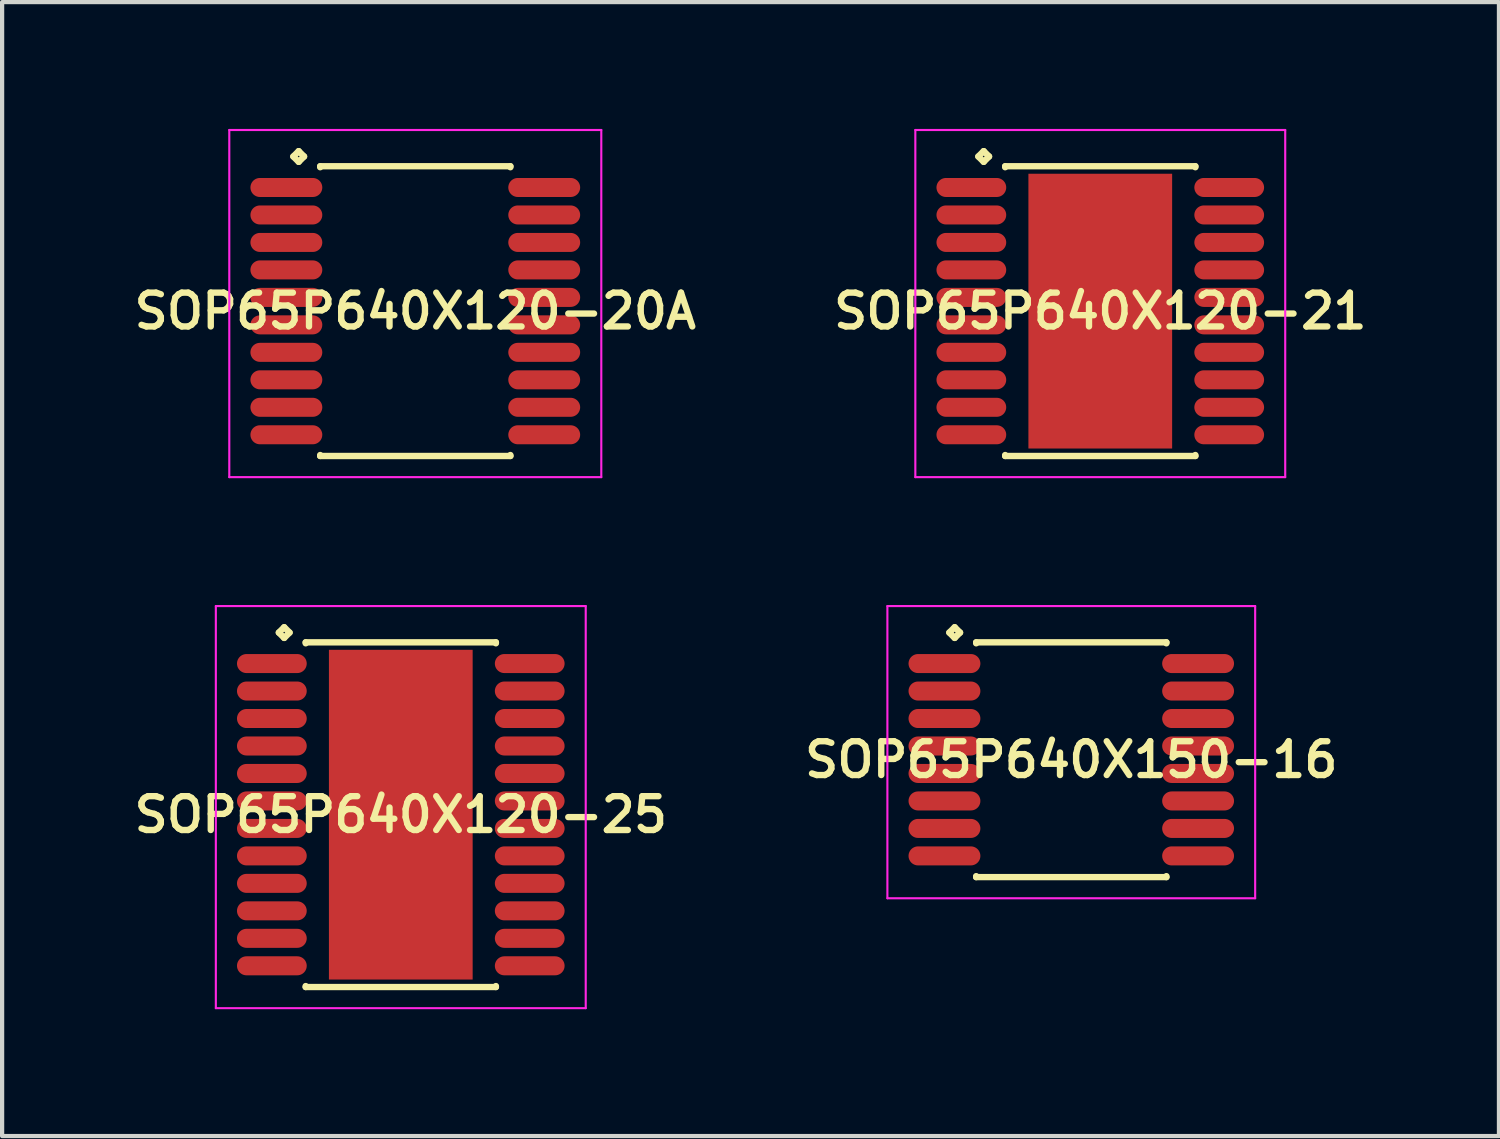
<source format=kicad_pcb>
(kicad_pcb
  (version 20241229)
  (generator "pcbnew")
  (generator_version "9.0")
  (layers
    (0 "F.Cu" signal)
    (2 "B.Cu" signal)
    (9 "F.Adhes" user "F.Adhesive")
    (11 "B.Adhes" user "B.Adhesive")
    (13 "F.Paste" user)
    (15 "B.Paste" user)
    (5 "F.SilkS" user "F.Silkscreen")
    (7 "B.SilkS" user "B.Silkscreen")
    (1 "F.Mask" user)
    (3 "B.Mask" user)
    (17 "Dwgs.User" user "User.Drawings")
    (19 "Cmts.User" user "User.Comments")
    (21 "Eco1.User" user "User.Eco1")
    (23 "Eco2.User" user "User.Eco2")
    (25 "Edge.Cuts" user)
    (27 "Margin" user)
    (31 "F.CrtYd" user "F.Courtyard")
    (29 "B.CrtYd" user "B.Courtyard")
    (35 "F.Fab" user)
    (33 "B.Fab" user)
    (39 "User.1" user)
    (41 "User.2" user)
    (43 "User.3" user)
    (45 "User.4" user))
  (footprint "SOP65P640X120-21"
    (layer "F.Cu")
    (at 22.978 4.31)
    (property "Reference" "SOP65P640X120-21" (at 0 0 0) (layer "F.SilkS") (effects (font (size 0.8 0.8) (thickness 0.15))))
    (attr smd)
    (fp_line (start -2.885 -3.658) (end -2.758 -3.785) (stroke (width 0.15) (type solid)) (layer "F.SilkS"))
    (fp_line (start -2.758 -3.785) (end -2.631 -3.658) (stroke (width 0.15) (type solid)) (layer "F.SilkS"))
    (fp_line (start -2.758 -3.531) (end -2.885 -3.658) (stroke (width 0.15) (type solid)) (layer "F.SilkS"))
    (fp_line (start -2.631 -3.658) (end -2.758 -3.531) (stroke (width 0.15) (type solid)) (layer "F.SilkS"))
    (fp_line (start -2.25 -3.427) (end 2.25 -3.427) (stroke (width 0.15) (type solid)) (layer "F.SilkS"))
    (fp_line (start -2.25 -3.404) (end -2.25 -3.427) (stroke (width 0.15) (type solid)) (layer "F.SilkS"))
    (fp_line (start -2.25 3.404) (end -2.25 3.427) (stroke (width 0.15) (type solid)) (layer "F.SilkS"))
    (fp_line (start -2.25 3.427) (end 2.25 3.427) (stroke (width 0.15) (type solid)) (layer "F.SilkS"))
    (fp_line (start 2.25 -3.427) (end 2.25 -3.404) (stroke (width 0.15) (type solid)) (layer "F.SilkS"))
    (fp_line (start 2.25 3.427) (end 2.25 3.404) (stroke (width 0.15) (type solid)) (layer "F.SilkS"))
    (fp_line (start -4.375 -4.285) (end 4.375 -4.285) (stroke (width 0.05) (type solid)) (layer "F.CrtYd"))
    (fp_line (start -4.375 3.927) (end -4.375 -4.285) (stroke (width 0.05) (type solid)) (layer "F.CrtYd"))
    (fp_line (start 4.375 -4.285) (end 4.375 3.927) (stroke (width 0.05) (type solid)) (layer "F.CrtYd"))
    (fp_line (start 4.375 3.927) (end -4.375 3.927) (stroke (width 0.05) (type solid)) (layer "F.CrtYd"))
    (pad "1" smd oval (at -3.05 -2.925) (size 1.65 0.45) (layers "F.Cu" "F.Mask" "F.Paste"))
    (pad "2" smd oval (at -3.05 -2.275) (size 1.65 0.45) (layers "F.Cu" "F.Mask" "F.Paste"))
    (pad "3" smd oval (at -3.05 -1.625) (size 1.65 0.45) (layers "F.Cu" "F.Mask" "F.Paste"))
    (pad "4" smd oval (at -3.05 -0.975) (size 1.65 0.45) (layers "F.Cu" "F.Mask" "F.Paste"))
    (pad "5" smd oval (at -3.05 -0.325) (size 1.65 0.45) (layers "F.Cu" "F.Mask" "F.Paste"))
    (pad "6" smd oval (at -3.05 0.325) (size 1.65 0.45) (layers "F.Cu" "F.Mask" "F.Paste"))
    (pad "7" smd oval (at -3.05 0.975) (size 1.65 0.45) (layers "F.Cu" "F.Mask" "F.Paste"))
    (pad "8" smd oval (at -3.05 1.625) (size 1.65 0.45) (layers "F.Cu" "F.Mask" "F.Paste"))
    (pad "9" smd oval (at -3.05 2.275) (size 1.65 0.45) (layers "F.Cu" "F.Mask" "F.Paste"))
    (pad "10" smd oval (at -3.05 2.925) (size 1.65 0.45) (layers "F.Cu" "F.Mask" "F.Paste"))
    (pad "11" smd oval (at 3.05 2.925) (size 1.65 0.45) (layers "F.Cu" "F.Mask" "F.Paste"))
    (pad "12" smd oval (at 3.05 2.275) (size 1.65 0.45) (layers "F.Cu" "F.Mask" "F.Paste"))
    (pad "13" smd oval (at 3.05 1.625) (size 1.65 0.45) (layers "F.Cu" "F.Mask" "F.Paste"))
    (pad "14" smd oval (at 3.05 0.975) (size 1.65 0.45) (layers "F.Cu" "F.Mask" "F.Paste"))
    (pad "15" smd oval (at 3.05 0.325) (size 1.65 0.45) (layers "F.Cu" "F.Mask" "F.Paste"))
    (pad "16" smd oval (at 3.05 -0.325) (size 1.65 0.45) (layers "F.Cu" "F.Mask" "F.Paste"))
    (pad "17" smd oval (at 3.05 -0.975) (size 1.65 0.45) (layers "F.Cu" "F.Mask" "F.Paste"))
    (pad "18" smd oval (at 3.05 -1.625) (size 1.65 0.45) (layers "F.Cu" "F.Mask" "F.Paste"))
    (pad "19" smd oval (at 3.05 -2.275) (size 1.65 0.45) (layers "F.Cu" "F.Mask" "F.Paste"))
    (pad "20" smd oval (at 3.05 -2.925) (size 1.65 0.45) (layers "F.Cu" "F.Mask" "F.Paste"))
    (pad "21" smd rect (at 0 0) (size 3.4 6.5) (layers "F.Cu" "F.Mask" "F.Paste")))
  (footprint "SOP65P640X120-20A"
    (layer "F.Cu")
    (at 6.774 4.31)
    (property "Reference" "SOP65P640X120-20A" (at 0 0 0) (layer "F.SilkS") (effects (font (size 0.8 0.8) (thickness 0.15))))
    (attr smd)
    (fp_line (start -2.885 -3.658) (end -2.758 -3.785) (stroke (width 0.15) (type solid)) (layer "F.SilkS"))
    (fp_line (start -2.758 -3.785) (end -2.631 -3.658) (stroke (width 0.15) (type solid)) (layer "F.SilkS"))
    (fp_line (start -2.758 -3.531) (end -2.885 -3.658) (stroke (width 0.15) (type solid)) (layer "F.SilkS"))
    (fp_line (start -2.631 -3.658) (end -2.758 -3.531) (stroke (width 0.15) (type solid)) (layer "F.SilkS"))
    (fp_line (start -2.25 -3.427) (end 2.25 -3.427) (stroke (width 0.15) (type solid)) (layer "F.SilkS"))
    (fp_line (start -2.25 -3.404) (end -2.25 -3.427) (stroke (width 0.15) (type solid)) (layer "F.SilkS"))
    (fp_line (start -2.25 3.404) (end -2.25 3.427) (stroke (width 0.15) (type solid)) (layer "F.SilkS"))
    (fp_line (start -2.25 3.427) (end 2.25 3.427) (stroke (width 0.15) (type solid)) (layer "F.SilkS"))
    (fp_line (start 2.25 -3.427) (end 2.25 -3.404) (stroke (width 0.15) (type solid)) (layer "F.SilkS"))
    (fp_line (start 2.25 3.427) (end 2.25 3.404) (stroke (width 0.15) (type solid)) (layer "F.SilkS"))
    (fp_line (start -4.4 -4.285) (end 4.4 -4.285) (stroke (width 0.05) (type solid)) (layer "F.CrtYd"))
    (fp_line (start -4.4 3.927) (end -4.4 -4.285) (stroke (width 0.05) (type solid)) (layer "F.CrtYd"))
    (fp_line (start 4.4 -4.285) (end 4.4 3.927) (stroke (width 0.05) (type solid)) (layer "F.CrtYd"))
    (fp_line (start 4.4 3.927) (end -4.4 3.927) (stroke (width 0.05) (type solid)) (layer "F.CrtYd"))
    (pad "1" smd oval (at -3.05 -2.925) (size 1.7 0.45) (layers "F.Cu" "F.Mask" "F.Paste"))
    (pad "2" smd oval (at -3.05 -2.275) (size 1.7 0.45) (layers "F.Cu" "F.Mask" "F.Paste"))
    (pad "3" smd oval (at -3.05 -1.625) (size 1.7 0.45) (layers "F.Cu" "F.Mask" "F.Paste"))
    (pad "4" smd oval (at -3.05 -0.975) (size 1.7 0.45) (layers "F.Cu" "F.Mask" "F.Paste"))
    (pad "5" smd oval (at -3.05 -0.325) (size 1.7 0.45) (layers "F.Cu" "F.Mask" "F.Paste"))
    (pad "6" smd oval (at -3.05 0.325) (size 1.7 0.45) (layers "F.Cu" "F.Mask" "F.Paste"))
    (pad "7" smd oval (at -3.05 0.975) (size 1.7 0.45) (layers "F.Cu" "F.Mask" "F.Paste"))
    (pad "8" smd oval (at -3.05 1.625) (size 1.7 0.45) (layers "F.Cu" "F.Mask" "F.Paste"))
    (pad "9" smd oval (at -3.05 2.275) (size 1.7 0.45) (layers "F.Cu" "F.Mask" "F.Paste"))
    (pad "10" smd oval (at -3.05 2.925) (size 1.7 0.45) (layers "F.Cu" "F.Mask" "F.Paste"))
    (pad "11" smd oval (at 3.05 2.925) (size 1.7 0.45) (layers "F.Cu" "F.Mask" "F.Paste"))
    (pad "12" smd oval (at 3.05 2.275) (size 1.7 0.45) (layers "F.Cu" "F.Mask" "F.Paste"))
    (pad "13" smd oval (at 3.05 1.625) (size 1.7 0.45) (layers "F.Cu" "F.Mask" "F.Paste"))
    (pad "14" smd oval (at 3.05 0.975) (size 1.7 0.45) (layers "F.Cu" "F.Mask" "F.Paste"))
    (pad "15" smd oval (at 3.05 0.325) (size 1.7 0.45) (layers "F.Cu" "F.Mask" "F.Paste"))
    (pad "16" smd oval (at 3.05 -0.325) (size 1.7 0.45) (layers "F.Cu" "F.Mask" "F.Paste"))
    (pad "17" smd oval (at 3.05 -0.975) (size 1.7 0.45) (layers "F.Cu" "F.Mask" "F.Paste"))
    (pad "18" smd oval (at 3.05 -1.625) (size 1.7 0.45) (layers "F.Cu" "F.Mask" "F.Paste"))
    (pad "19" smd oval (at 3.05 -2.275) (size 1.7 0.45) (layers "F.Cu" "F.Mask" "F.Paste"))
    (pad "20" smd oval (at 3.05 -2.925) (size 1.7 0.45) (layers "F.Cu" "F.Mask" "F.Paste")))
  (footprint "SOP65P640X120-25"
    (layer "F.Cu")
    (at 6.431 16.222)
    (property "Reference" "SOP65P640X120-25" (at 0 0 0) (layer "F.SilkS") (effects (font (size 0.8 0.8) (thickness 0.15))))
    (attr smd)
    (fp_line (start -2.885 -4.308) (end -2.758 -4.435) (stroke (width 0.15) (type solid)) (layer "F.SilkS"))
    (fp_line (start -2.758 -4.435) (end -2.631 -4.308) (stroke (width 0.15) (type solid)) (layer "F.SilkS"))
    (fp_line (start -2.758 -4.181) (end -2.885 -4.308) (stroke (width 0.15) (type solid)) (layer "F.SilkS"))
    (fp_line (start -2.631 -4.308) (end -2.758 -4.181) (stroke (width 0.15) (type solid)) (layer "F.SilkS"))
    (fp_line (start -2.25 -4.077) (end 2.25 -4.077) (stroke (width 0.15) (type solid)) (layer "F.SilkS"))
    (fp_line (start -2.25 -4.054) (end -2.25 -4.077) (stroke (width 0.15) (type solid)) (layer "F.SilkS"))
    (fp_line (start -2.25 4.054) (end -2.25 4.077) (stroke (width 0.15) (type solid)) (layer "F.SilkS"))
    (fp_line (start -2.25 4.077) (end 2.25 4.077) (stroke (width 0.15) (type solid)) (layer "F.SilkS"))
    (fp_line (start 2.25 -4.077) (end 2.25 -4.054) (stroke (width 0.15) (type solid)) (layer "F.SilkS"))
    (fp_line (start 2.25 4.077) (end 2.25 4.054) (stroke (width 0.15) (type solid)) (layer "F.SilkS"))
    (fp_line (start -4.375 -4.935) (end 4.375 -4.935) (stroke (width 0.05) (type solid)) (layer "F.CrtYd"))
    (fp_line (start -4.375 4.577) (end -4.375 -4.935) (stroke (width 0.05) (type solid)) (layer "F.CrtYd"))
    (fp_line (start 4.375 -4.935) (end 4.375 4.577) (stroke (width 0.05) (type solid)) (layer "F.CrtYd"))
    (fp_line (start 4.375 4.577) (end -4.375 4.577) (stroke (width 0.05) (type solid)) (layer "F.CrtYd"))
    (pad "1" smd oval (at -3.05 -3.575) (size 1.65 0.45) (layers "F.Cu" "F.Mask" "F.Paste"))
    (pad "2" smd oval (at -3.05 -2.925) (size 1.65 0.45) (layers "F.Cu" "F.Mask" "F.Paste"))
    (pad "3" smd oval (at -3.05 -2.275) (size 1.65 0.45) (layers "F.Cu" "F.Mask" "F.Paste"))
    (pad "4" smd oval (at -3.05 -1.625) (size 1.65 0.45) (layers "F.Cu" "F.Mask" "F.Paste"))
    (pad "5" smd oval (at -3.05 -0.975) (size 1.65 0.45) (layers "F.Cu" "F.Mask" "F.Paste"))
    (pad "6" smd oval (at -3.05 -0.325) (size 1.65 0.45) (layers "F.Cu" "F.Mask" "F.Paste"))
    (pad "7" smd oval (at -3.05 0.325) (size 1.65 0.45) (layers "F.Cu" "F.Mask" "F.Paste"))
    (pad "8" smd oval (at -3.05 0.975) (size 1.65 0.45) (layers "F.Cu" "F.Mask" "F.Paste"))
    (pad "9" smd oval (at -3.05 1.625) (size 1.65 0.45) (layers "F.Cu" "F.Mask" "F.Paste"))
    (pad "10" smd oval (at -3.05 2.275) (size 1.65 0.45) (layers "F.Cu" "F.Mask" "F.Paste"))
    (pad "11" smd oval (at -3.05 2.925) (size 1.65 0.45) (layers "F.Cu" "F.Mask" "F.Paste"))
    (pad "12" smd oval (at -3.05 3.575) (size 1.65 0.45) (layers "F.Cu" "F.Mask" "F.Paste"))
    (pad "13" smd oval (at 3.05 3.575) (size 1.65 0.45) (layers "F.Cu" "F.Mask" "F.Paste"))
    (pad "14" smd oval (at 3.05 2.925) (size 1.65 0.45) (layers "F.Cu" "F.Mask" "F.Paste"))
    (pad "15" smd oval (at 3.05 2.275) (size 1.65 0.45) (layers "F.Cu" "F.Mask" "F.Paste"))
    (pad "16" smd oval (at 3.05 1.625) (size 1.65 0.45) (layers "F.Cu" "F.Mask" "F.Paste"))
    (pad "17" smd oval (at 3.05 0.975) (size 1.65 0.45) (layers "F.Cu" "F.Mask" "F.Paste"))
    (pad "18" smd oval (at 3.05 0.325) (size 1.65 0.45) (layers "F.Cu" "F.Mask" "F.Paste"))
    (pad "19" smd oval (at 3.05 -0.325) (size 1.65 0.45) (layers "F.Cu" "F.Mask" "F.Paste"))
    (pad "20" smd oval (at 3.05 -0.975) (size 1.65 0.45) (layers "F.Cu" "F.Mask" "F.Paste"))
    (pad "21" smd oval (at 3.05 -1.625) (size 1.65 0.45) (layers "F.Cu" "F.Mask" "F.Paste"))
    (pad "22" smd oval (at 3.05 -2.275) (size 1.65 0.45) (layers "F.Cu" "F.Mask" "F.Paste"))
    (pad "23" smd oval (at 3.05 -2.925) (size 1.65 0.45) (layers "F.Cu" "F.Mask" "F.Paste"))
    (pad "24" smd oval (at 3.05 -3.575) (size 1.65 0.45) (layers "F.Cu" "F.Mask" "F.Paste"))
    (pad "25" smd rect (at 0 0) (size 3.4 7.8) (layers "F.Cu" "F.Mask" "F.Paste")))
  (footprint "SOP65P640X150-16"
    (layer "F.Cu")
    (at 22.292 14.922)
    (property "Reference" "SOP65P640X150-16" (at 0 0 0) (layer "F.SilkS") (effects (font (size 0.8 0.8) (thickness 0.15))))
    (attr smd)
    (fp_line (start -2.885 -3.008) (end -2.758 -3.135) (stroke (width 0.15) (type solid)) (layer "F.SilkS"))
    (fp_line (start -2.758 -3.135) (end -2.631 -3.008) (stroke (width 0.15) (type solid)) (layer "F.SilkS"))
    (fp_line (start -2.758 -2.881) (end -2.885 -3.008) (stroke (width 0.15) (type solid)) (layer "F.SilkS"))
    (fp_line (start -2.631 -3.008) (end -2.758 -2.881) (stroke (width 0.15) (type solid)) (layer "F.SilkS"))
    (fp_line (start -2.25 -2.777) (end 2.25 -2.777) (stroke (width 0.15) (type solid)) (layer "F.SilkS"))
    (fp_line (start -2.25 -2.754) (end -2.25 -2.777) (stroke (width 0.15) (type solid)) (layer "F.SilkS"))
    (fp_line (start -2.25 2.754) (end -2.25 2.777) (stroke (width 0.15) (type solid)) (layer "F.SilkS"))
    (fp_line (start -2.25 2.777) (end 2.25 2.777) (stroke (width 0.15) (type solid)) (layer "F.SilkS"))
    (fp_line (start 2.25 -2.777) (end 2.25 -2.754) (stroke (width 0.15) (type solid)) (layer "F.SilkS"))
    (fp_line (start 2.25 2.777) (end 2.25 2.754) (stroke (width 0.15) (type solid)) (layer "F.SilkS"))
    (fp_line (start -4.35 -3.635) (end 4.35 -3.635) (stroke (width 0.05) (type solid)) (layer "F.CrtYd"))
    (fp_line (start -4.35 3.277) (end -4.35 -3.635) (stroke (width 0.05) (type solid)) (layer "F.CrtYd"))
    (fp_line (start 4.35 -3.635) (end 4.35 3.277) (stroke (width 0.05) (type solid)) (layer "F.CrtYd"))
    (fp_line (start 4.35 3.277) (end -4.35 3.277) (stroke (width 0.05) (type solid)) (layer "F.CrtYd"))
    (pad "1" smd oval (at -3 -2.275) (size 1.7 0.45) (layers "F.Cu" "F.Mask" "F.Paste"))
    (pad "2" smd oval (at -3 -1.625) (size 1.7 0.45) (layers "F.Cu" "F.Mask" "F.Paste"))
    (pad "3" smd oval (at -3 -0.975) (size 1.7 0.45) (layers "F.Cu" "F.Mask" "F.Paste"))
    (pad "4" smd oval (at -3 -0.325) (size 1.7 0.45) (layers "F.Cu" "F.Mask" "F.Paste"))
    (pad "5" smd oval (at -3 0.325) (size 1.7 0.45) (layers "F.Cu" "F.Mask" "F.Paste"))
    (pad "6" smd oval (at -3 0.975) (size 1.7 0.45) (layers "F.Cu" "F.Mask" "F.Paste"))
    (pad "7" smd oval (at -3 1.625) (size 1.7 0.45) (layers "F.Cu" "F.Mask" "F.Paste"))
    (pad "8" smd oval (at -3 2.275) (size 1.7 0.45) (layers "F.Cu" "F.Mask" "F.Paste"))
    (pad "9" smd oval (at 3 2.275) (size 1.7 0.45) (layers "F.Cu" "F.Mask" "F.Paste"))
    (pad "10" smd oval (at 3 1.625) (size 1.7 0.45) (layers "F.Cu" "F.Mask" "F.Paste"))
    (pad "11" smd oval (at 3 0.975) (size 1.7 0.45) (layers "F.Cu" "F.Mask" "F.Paste"))
    (pad "12" smd oval (at 3 0.325) (size 1.7 0.45) (layers "F.Cu" "F.Mask" "F.Paste"))
    (pad "13" smd oval (at 3 -0.325) (size 1.7 0.45) (layers "F.Cu" "F.Mask" "F.Paste"))
    (pad "14" smd oval (at 3 -0.975) (size 1.7 0.45) (layers "F.Cu" "F.Mask" "F.Paste"))
    (pad "15" smd oval (at 3 -1.625) (size 1.7 0.45) (layers "F.Cu" "F.Mask" "F.Paste"))
    (pad "16" smd oval (at 3 -2.275) (size 1.7 0.45) (layers "F.Cu" "F.Mask" "F.Paste")))
  (gr_rect
    (start -3 -3)
    (end 32.409 23.824)
    (stroke (width 0.1) (type default))
    (fill no)
    (layer "Edge.Cuts")))
</source>
